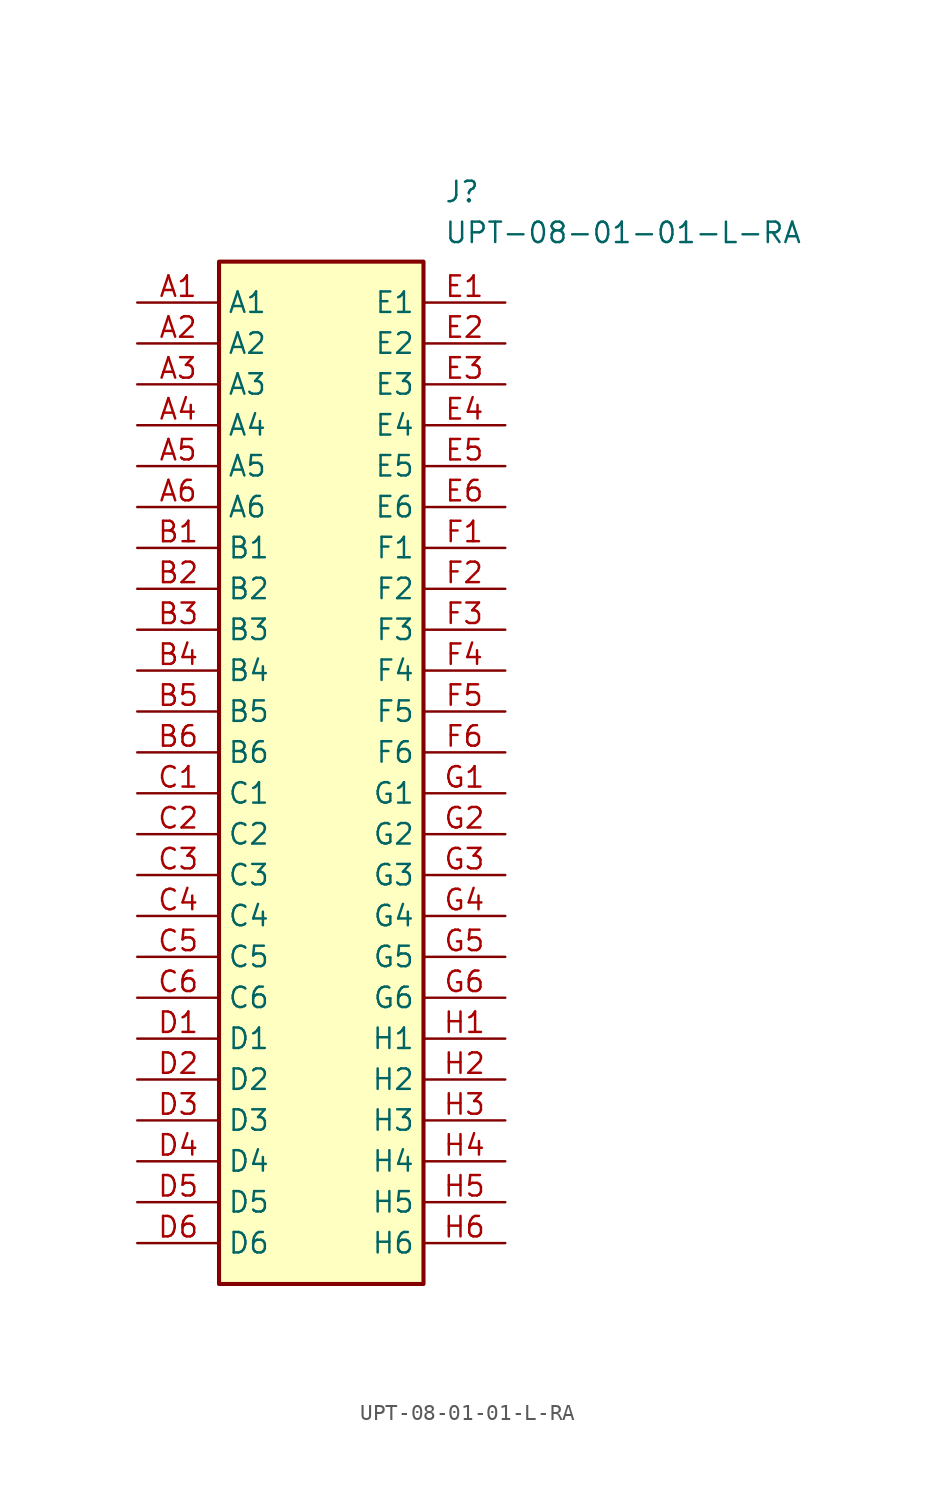
<source format=kicad_sym>
(kicad_symbol_lib
  (version 20211014)
  (generator SamacSys_ECAD_Model)
  (symbol "UPT-08-01-01-L-RA"
    (property "Reference" "J"
      (at 19.05 7.62 0)
      (effects (font (size 1.27 1.27)) (justify left top)))
    (property "Value" "UPT-08-01-01-L-RA"
      (at 19.05 5.08 0)
      (effects (font (size 1.27 1.27)) (justify left top)))
    (rectangle
      (start 5.08 2.54)
      (end 17.78 -60.96)
      (stroke (width 0.254) (type default))
      (fill (type background)))
    (pin passive line
      (at 0 0 0)
      (length 5.08)
      (name "A1" (effects (font (size 1.27 1.27))))
      (number "A1" (effects (font (size 1.27 1.27)))))
    (pin passive line
      (at 0 -2.54 0)
      (length 5.08)
      (name "A2" (effects (font (size 1.27 1.27))))
      (number "A2" (effects (font (size 1.27 1.27)))))
    (pin passive line
      (at 0 -5.08 0)
      (length 5.08)
      (name "A3" (effects (font (size 1.27 1.27))))
      (number "A3" (effects (font (size 1.27 1.27)))))
    (pin passive line
      (at 0 -7.62 0)
      (length 5.08)
      (name "A4" (effects (font (size 1.27 1.27))))
      (number "A4" (effects (font (size 1.27 1.27)))))
    (pin passive line
      (at 0 -10.16 0)
      (length 5.08)
      (name "A5" (effects (font (size 1.27 1.27))))
      (number "A5" (effects (font (size 1.27 1.27)))))
    (pin passive line
      (at 0 -12.7 0)
      (length 5.08)
      (name "A6" (effects (font (size 1.27 1.27))))
      (number "A6" (effects (font (size 1.27 1.27)))))
    (pin passive line
      (at 0 -15.24 0)
      (length 5.08)
      (name "B1" (effects (font (size 1.27 1.27))))
      (number "B1" (effects (font (size 1.27 1.27)))))
    (pin passive line
      (at 0 -17.78 0)
      (length 5.08)
      (name "B2" (effects (font (size 1.27 1.27))))
      (number "B2" (effects (font (size 1.27 1.27)))))
    (pin passive line
      (at 0 -20.32 0)
      (length 5.08)
      (name "B3" (effects (font (size 1.27 1.27))))
      (number "B3" (effects (font (size 1.27 1.27)))))
    (pin passive line
      (at 0 -22.86 0)
      (length 5.08)
      (name "B4" (effects (font (size 1.27 1.27))))
      (number "B4" (effects (font (size 1.27 1.27)))))
    (pin passive line
      (at 0 -25.4 0)
      (length 5.08)
      (name "B5" (effects (font (size 1.27 1.27))))
      (number "B5" (effects (font (size 1.27 1.27)))))
    (pin passive line
      (at 0 -27.94 0)
      (length 5.08)
      (name "B6" (effects (font (size 1.27 1.27))))
      (number "B6" (effects (font (size 1.27 1.27)))))
    (pin passive line
      (at 0 -30.48 0)
      (length 5.08)
      (name "C1" (effects (font (size 1.27 1.27))))
      (number "C1" (effects (font (size 1.27 1.27)))))
    (pin passive line
      (at 0 -33.02 0)
      (length 5.08)
      (name "C2" (effects (font (size 1.27 1.27))))
      (number "C2" (effects (font (size 1.27 1.27)))))
    (pin passive line
      (at 0 -35.56 0)
      (length 5.08)
      (name "C3" (effects (font (size 1.27 1.27))))
      (number "C3" (effects (font (size 1.27 1.27)))))
    (pin passive line
      (at 0 -38.1 0)
      (length 5.08)
      (name "C4" (effects (font (size 1.27 1.27))))
      (number "C4" (effects (font (size 1.27 1.27)))))
    (pin passive line
      (at 0 -40.64 0)
      (length 5.08)
      (name "C5" (effects (font (size 1.27 1.27))))
      (number "C5" (effects (font (size 1.27 1.27)))))
    (pin passive line
      (at 0 -43.18 0)
      (length 5.08)
      (name "C6" (effects (font (size 1.27 1.27))))
      (number "C6" (effects (font (size 1.27 1.27)))))
    (pin passive line
      (at 0 -45.72 0)
      (length 5.08)
      (name "D1" (effects (font (size 1.27 1.27))))
      (number "D1" (effects (font (size 1.27 1.27)))))
    (pin passive line
      (at 0 -48.26 0)
      (length 5.08)
      (name "D2" (effects (font (size 1.27 1.27))))
      (number "D2" (effects (font (size 1.27 1.27)))))
    (pin passive line
      (at 0 -50.8 0)
      (length 5.08)
      (name "D3" (effects (font (size 1.27 1.27))))
      (number "D3" (effects (font (size 1.27 1.27)))))
    (pin passive line
      (at 0 -53.34 0)
      (length 5.08)
      (name "D4" (effects (font (size 1.27 1.27))))
      (number "D4" (effects (font (size 1.27 1.27)))))
    (pin passive line
      (at 0 -55.88 0)
      (length 5.08)
      (name "D5" (effects (font (size 1.27 1.27))))
      (number "D5" (effects (font (size 1.27 1.27)))))
    (pin passive line
      (at 0 -58.42 0)
      (length 5.08)
      (name "D6" (effects (font (size 1.27 1.27))))
      (number "D6" (effects (font (size 1.27 1.27)))))
    (pin passive line
      (at 22.86 0 180)
      (length 5.08)
      (name "E1" (effects (font (size 1.27 1.27))))
      (number "E1" (effects (font (size 1.27 1.27)))))
    (pin passive line
      (at 22.86 -2.54 180)
      (length 5.08)
      (name "E2" (effects (font (size 1.27 1.27))))
      (number "E2" (effects (font (size 1.27 1.27)))))
    (pin passive line
      (at 22.86 -5.08 180)
      (length 5.08)
      (name "E3" (effects (font (size 1.27 1.27))))
      (number "E3" (effects (font (size 1.27 1.27)))))
    (pin passive line
      (at 22.86 -7.62 180)
      (length 5.08)
      (name "E4" (effects (font (size 1.27 1.27))))
      (number "E4" (effects (font (size 1.27 1.27)))))
    (pin passive line
      (at 22.86 -10.16 180)
      (length 5.08)
      (name "E5" (effects (font (size 1.27 1.27))))
      (number "E5" (effects (font (size 1.27 1.27)))))
    (pin passive line
      (at 22.86 -12.7 180)
      (length 5.08)
      (name "E6" (effects (font (size 1.27 1.27))))
      (number "E6" (effects (font (size 1.27 1.27)))))
    (pin passive line
      (at 22.86 -15.24 180)
      (length 5.08)
      (name "F1" (effects (font (size 1.27 1.27))))
      (number "F1" (effects (font (size 1.27 1.27)))))
    (pin passive line
      (at 22.86 -17.78 180)
      (length 5.08)
      (name "F2" (effects (font (size 1.27 1.27))))
      (number "F2" (effects (font (size 1.27 1.27)))))
    (pin passive line
      (at 22.86 -20.32 180)
      (length 5.08)
      (name "F3" (effects (font (size 1.27 1.27))))
      (number "F3" (effects (font (size 1.27 1.27)))))
    (pin passive line
      (at 22.86 -22.86 180)
      (length 5.08)
      (name "F4" (effects (font (size 1.27 1.27))))
      (number "F4" (effects (font (size 1.27 1.27)))))
    (pin passive line
      (at 22.86 -25.4 180)
      (length 5.08)
      (name "F5" (effects (font (size 1.27 1.27))))
      (number "F5" (effects (font (size 1.27 1.27)))))
    (pin passive line
      (at 22.86 -27.94 180)
      (length 5.08)
      (name "F6" (effects (font (size 1.27 1.27))))
      (number "F6" (effects (font (size 1.27 1.27)))))
    (pin passive line
      (at 22.86 -30.48 180)
      (length 5.08)
      (name "G1" (effects (font (size 1.27 1.27))))
      (number "G1" (effects (font (size 1.27 1.27)))))
    (pin passive line
      (at 22.86 -33.02 180)
      (length 5.08)
      (name "G2" (effects (font (size 1.27 1.27))))
      (number "G2" (effects (font (size 1.27 1.27)))))
    (pin passive line
      (at 22.86 -35.56 180)
      (length 5.08)
      (name "G3" (effects (font (size 1.27 1.27))))
      (number "G3" (effects (font (size 1.27 1.27)))))
    (pin passive line
      (at 22.86 -38.1 180)
      (length 5.08)
      (name "G4" (effects (font (size 1.27 1.27))))
      (number "G4" (effects (font (size 1.27 1.27)))))
    (pin passive line
      (at 22.86 -40.64 180)
      (length 5.08)
      (name "G5" (effects (font (size 1.27 1.27))))
      (number "G5" (effects (font (size 1.27 1.27)))))
    (pin passive line
      (at 22.86 -43.18 180)
      (length 5.08)
      (name "G6" (effects (font (size 1.27 1.27))))
      (number "G6" (effects (font (size 1.27 1.27)))))
    (pin passive line
      (at 22.86 -45.72 180)
      (length 5.08)
      (name "H1" (effects (font (size 1.27 1.27))))
      (number "H1" (effects (font (size 1.27 1.27)))))
    (pin passive line
      (at 22.86 -48.26 180)
      (length 5.08)
      (name "H2" (effects (font (size 1.27 1.27))))
      (number "H2" (effects (font (size 1.27 1.27)))))
    (pin passive line
      (at 22.86 -50.8 180)
      (length 5.08)
      (name "H3" (effects (font (size 1.27 1.27))))
      (number "H3" (effects (font (size 1.27 1.27)))))
    (pin passive line
      (at 22.86 -53.34 180)
      (length 5.08)
      (name "H4" (effects (font (size 1.27 1.27))))
      (number "H4" (effects (font (size 1.27 1.27)))))
    (pin passive line
      (at 22.86 -55.88 180)
      (length 5.08)
      (name "H5" (effects (font (size 1.27 1.27))))
      (number "H5" (effects (font (size 1.27 1.27)))))
    (pin passive line
      (at 22.86 -58.42 180)
      (length 5.08)
      (name "H6" (effects (font (size 1.27 1.27))))
      (number "H6" (effects (font (size 1.27 1.27)))))))
</source>
